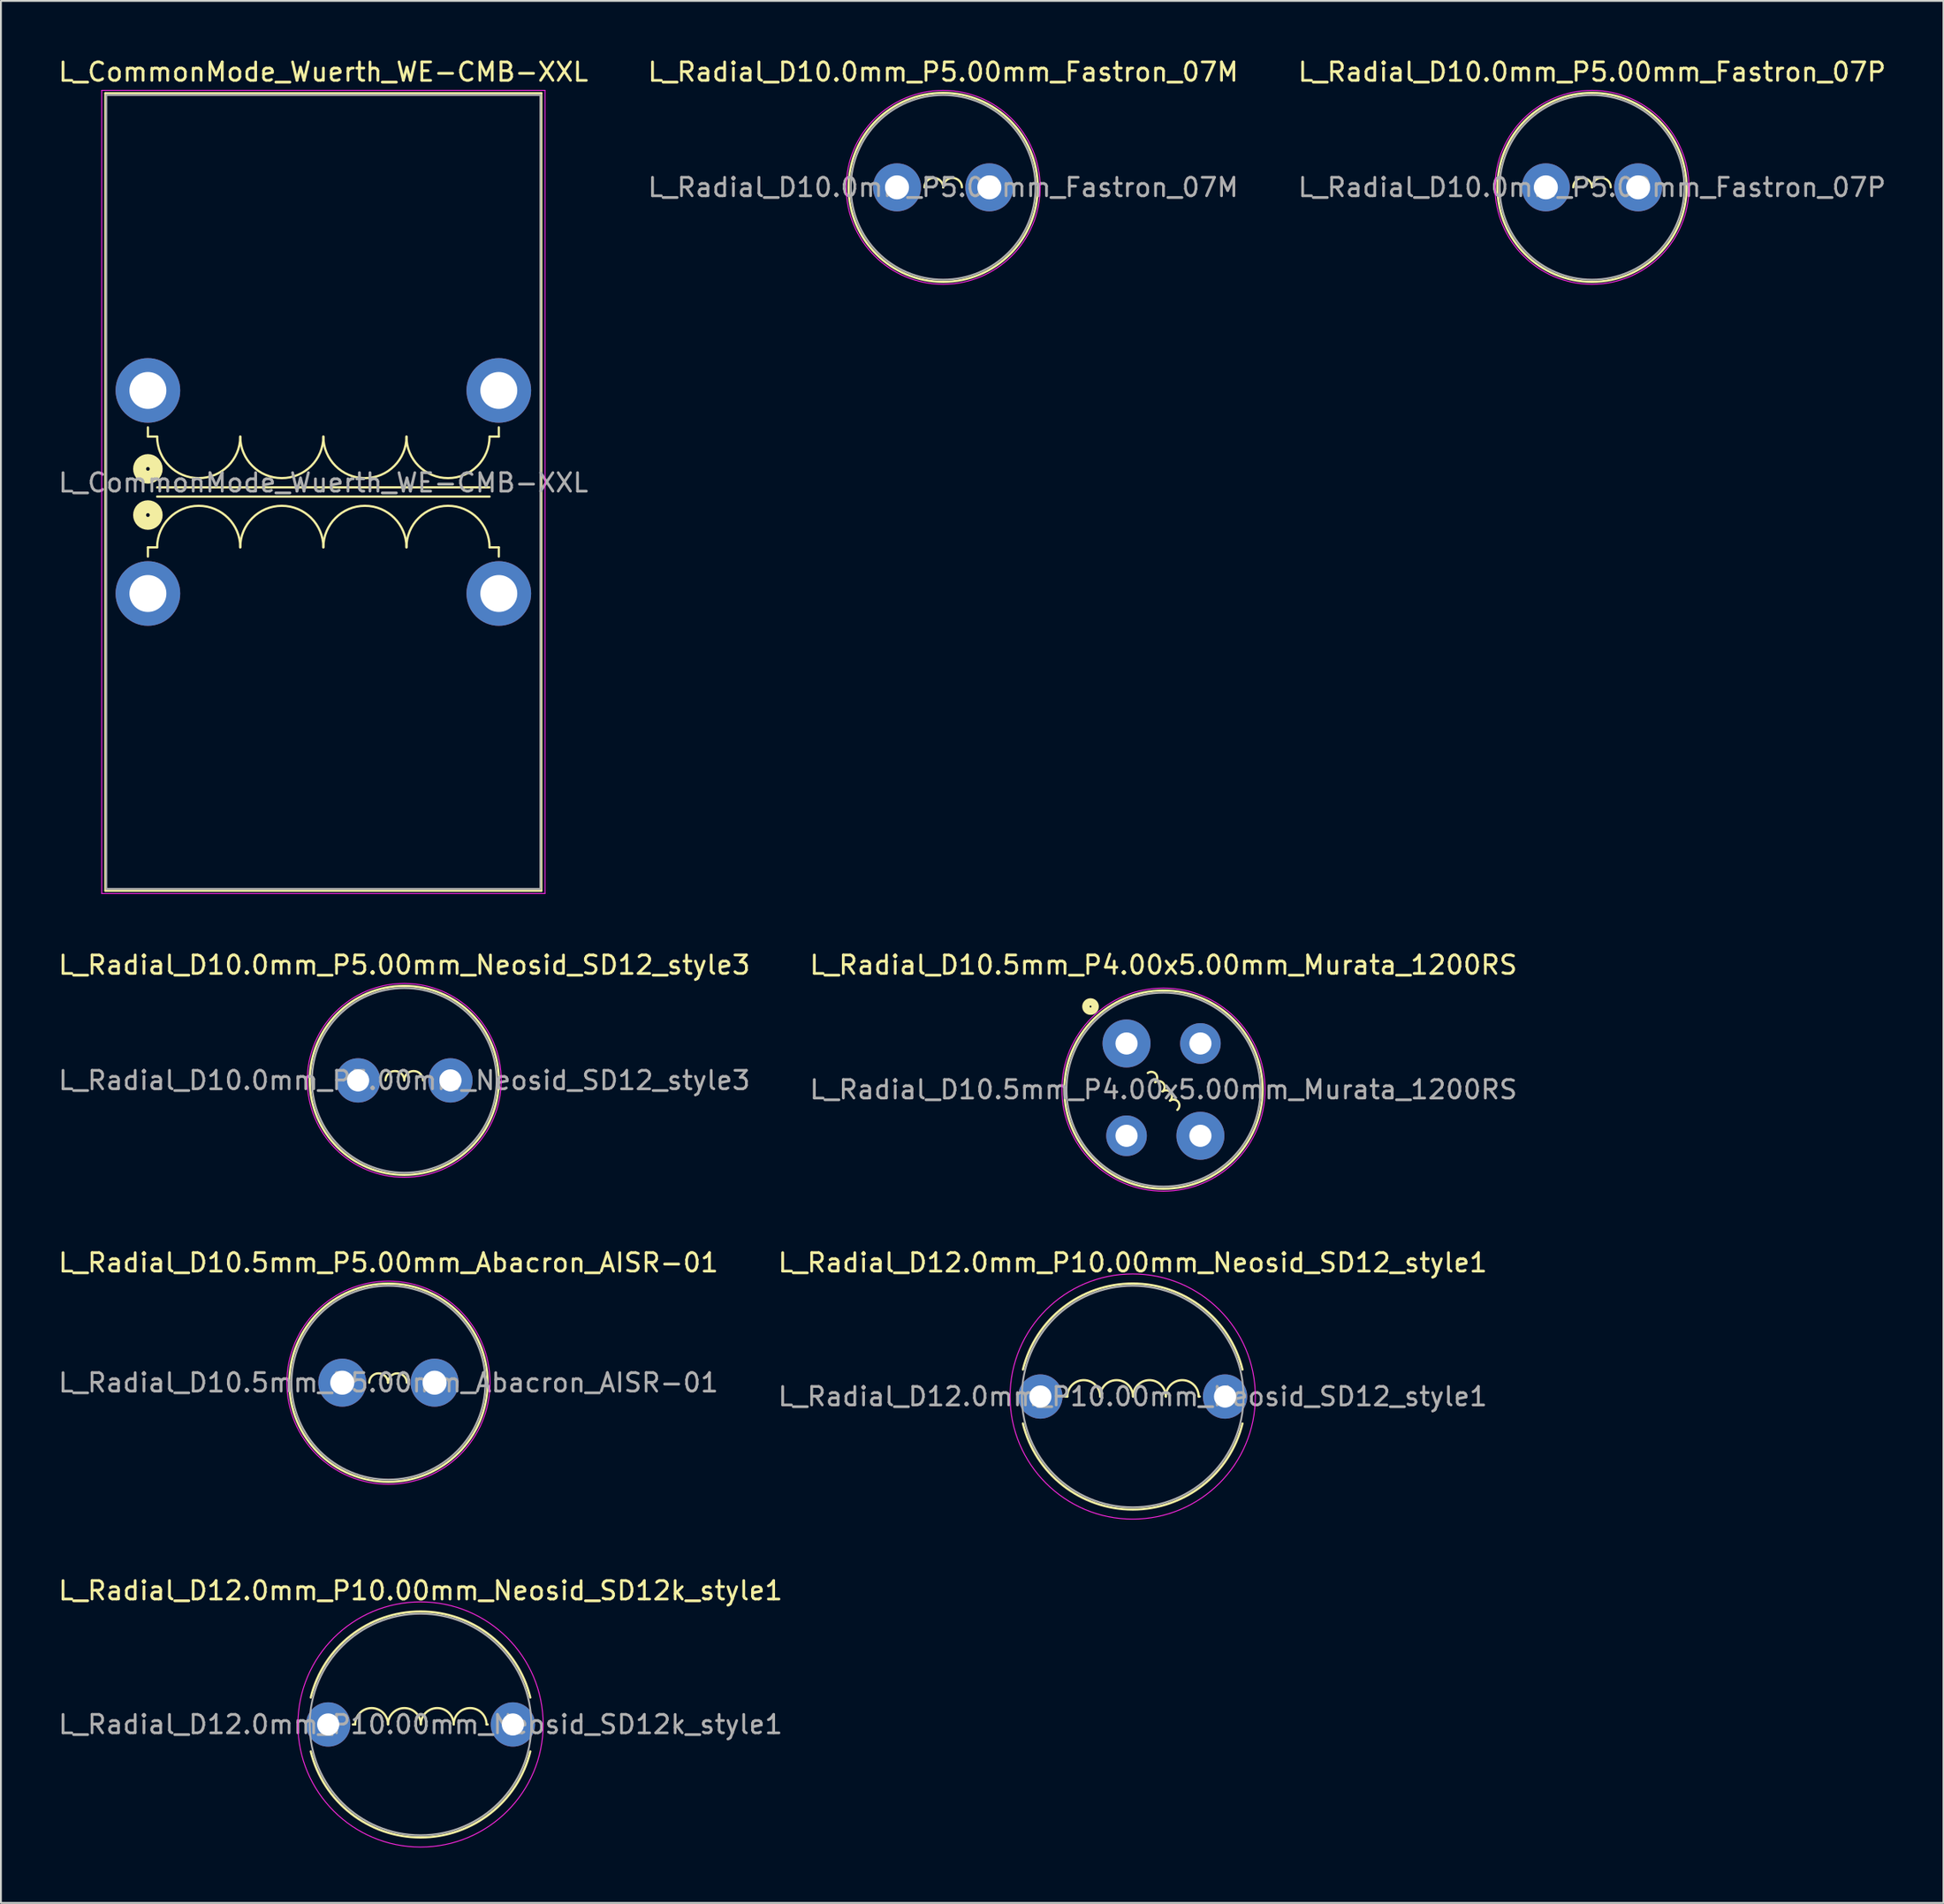
<source format=kicad_pcb>
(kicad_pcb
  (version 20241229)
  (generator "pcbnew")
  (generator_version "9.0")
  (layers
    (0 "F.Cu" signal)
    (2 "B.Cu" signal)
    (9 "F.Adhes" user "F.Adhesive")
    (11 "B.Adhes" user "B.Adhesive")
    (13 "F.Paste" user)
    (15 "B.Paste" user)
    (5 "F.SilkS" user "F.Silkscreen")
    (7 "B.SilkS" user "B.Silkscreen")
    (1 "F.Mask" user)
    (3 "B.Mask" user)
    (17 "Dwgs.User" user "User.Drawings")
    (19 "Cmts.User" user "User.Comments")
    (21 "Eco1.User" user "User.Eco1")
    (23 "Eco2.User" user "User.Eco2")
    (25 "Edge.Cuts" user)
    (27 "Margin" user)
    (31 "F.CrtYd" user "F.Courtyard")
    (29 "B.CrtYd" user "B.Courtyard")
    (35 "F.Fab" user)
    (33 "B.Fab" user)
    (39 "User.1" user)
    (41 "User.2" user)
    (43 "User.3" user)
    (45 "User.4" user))
  (footprint "L_Radial_D10.5mm_P4.00x5.00mm_Murata_1200RS"
    (layer "F.Cu")
    (at 57.946 53.471)
    (property "Reference" "L_Radial_D10.5mm_P4.00x5.00mm_Murata_1200RS" (at 2 -4.25 0) (layer "F.SilkS") (effects (font (size 1 1) (thickness 0.15))))
    (attr through_hole)
    (fp_arc (start 1.150001 1.600001) (mid 1.592308 1.656155) (end 1.55 2.1) (stroke (width 0.12) (type solid)) (layer "F.SilkS"))
    (fp_arc (start 1.550001 2.100001) (mid 1.992308 2.156155) (end 1.95 2.6) (stroke (width 0.12) (type solid)) (layer "F.SilkS"))
    (fp_arc (start 1.95 2.6) (mid 2.392307 2.656154) (end 2.349999 3.099999) (stroke (width 0.12) (type solid)) (layer "F.SilkS"))
    (fp_arc (start 2.349999 3.099999) (mid 2.792306 3.156153) (end 2.749998 3.599998) (stroke (width 0.12) (type solid)) (layer "F.SilkS"))
    (fp_circle (center -1.95 -2) (end -1.9 -2) (stroke (width 0.4) (type solid)) (fill no) (layer "F.SilkS"))
    (fp_circle (center 2 2.5) (end 7.37 2.5) (stroke (width 0.12) (type solid)) (fill no) (layer "F.SilkS"))
    (fp_circle (center 2 2.5) (end 7.5 2.5) (stroke (width 0.05) (type solid)) (fill no) (layer "F.CrtYd"))
    (fp_circle (center 2 2.5) (end 7.25 2.5) (stroke (width 0.1) (type solid)) (fill no) (layer "F.Fab"))
    (fp_text user "${REFERENCE}" (at 2 2.5 0) (layer "F.Fab") (effects (font (size 1 1) (thickness 0.15))))
    (pad "" thru_hole circle (at 0 5) (size 2.2 2.2) (drill 1.2) (layers "*.Cu" "*.Mask"))
    (pad "" thru_hole circle (at 4 0) (size 2.2 2.2) (drill 1.2) (layers "*.Cu" "*.Mask"))
    (pad "1" thru_hole circle (at 0 0) (size 2.6 2.6) (drill 1.2) (layers "*.Cu" "*.Mask"))
    (pad "2" thru_hole circle (at 4 5) (size 2.6 2.6) (drill 1.2) (layers "*.Cu" "*.Mask")))
  (footprint "L_Radial_D12.0mm_P10.00mm_Neosid_SD12_style1"
    (layer "F.Cu")
    (at 53.28 72.595)
    (property "Reference" "L_Radial_D12.0mm_P10.00mm_Neosid_SD12_style1" (at 5 -7.25 0) (layer "F.SilkS") (effects (font (size 1 1) (thickness 0.15))))
    (attr through_hole)
    (fp_line (start 1.46 0) (end 1.333 0) (stroke (width 0.12) (type solid)) (layer "F.SilkS"))
    (fp_line (start 8.572 0) (end 8.636 0) (stroke (width 0.12) (type solid)) (layer "F.SilkS"))
    (fp_arc (start -0.943299 -1.46) (mid 5 -6.12) (end 10.943299 -1.46) (stroke (width 0.12) (type solid)) (layer "F.SilkS"))
    (fp_arc (start 1.4605 0) (mid 2.3495 -0.889) (end 3.2385 0) (stroke (width 0.12) (type solid)) (layer "F.SilkS"))
    (fp_arc (start 3.2385 0) (mid 4.1275 -0.889) (end 5.0165 0) (stroke (width 0.12) (type solid)) (layer "F.SilkS"))
    (fp_arc (start 5.0165 0) (mid 5.9055 -0.889) (end 6.7945 0) (stroke (width 0.12) (type solid)) (layer "F.SilkS"))
    (fp_arc (start 6.7945 0) (mid 7.6835 -0.889) (end 8.5725 0) (stroke (width 0.12) (type solid)) (layer "F.SilkS"))
    (fp_arc (start 10.943299 1.46) (mid 5 6.12) (end -0.943299 1.46) (stroke (width 0.12) (type solid)) (layer "F.SilkS"))
    (fp_circle (center 5 0) (end 11.64 0) (stroke (width 0.05) (type solid)) (fill no) (layer "F.CrtYd"))
    (fp_circle (center 5 0) (end 11 0) (stroke (width 0.1) (type solid)) (fill no) (layer "F.Fab"))
    (fp_text user "${REFERENCE}" (at 5 0 0) (layer "F.Fab") (effects (font (size 1 1) (thickness 0.15))))
    (pad "1" thru_hole circle (at 0 0) (size 2.4 2.4) (drill 1.2) (layers "*.Cu" "*.Mask"))
    (pad "2" thru_hole circle (at 10 0) (size 2.4 2.4) (drill 1.2) (layers "*.Cu" "*.Mask")))
  (footprint "L_Radial_D10.0mm_P5.00mm_Neosid_SD12_style3"
    (layer "F.Cu")
    (at 16.339 55.471)
    (property "Reference" "L_Radial_D10.0mm_P5.00mm_Neosid_SD12_style3" (at 2.5 -6.25 0) (layer "F.SilkS") (effects (font (size 1 1) (thickness 0.15))))
    (attr through_hole)
    (fp_arc (start 1.484 0) (mid 1.992 -0.508) (end 2.5 0) (stroke (width 0.12) (type solid)) (layer "F.SilkS"))
    (fp_arc (start 2.5 0) (mid 3.008 -0.508) (end 3.516 0) (stroke (width 0.12) (type solid)) (layer "F.SilkS"))
    (fp_circle (center 2.5 0) (end 7.62 0) (stroke (width 0.12) (type solid)) (fill no) (layer "F.SilkS"))
    (fp_circle (center 2.5 0) (end 7.75 0) (stroke (width 0.05) (type solid)) (fill no) (layer "F.CrtYd"))
    (fp_circle (center 2.5 0) (end 7.5 0) (stroke (width 0.1) (type solid)) (fill no) (layer "F.Fab"))
    (fp_text user "${REFERENCE}" (at 2.5 0 0) (layer "F.Fab") (effects (font (size 1 1) (thickness 0.15))))
    (pad "1" thru_hole circle (at 0 0) (size 2.4 2.4) (drill 1.2) (layers "*.Cu" "*.Mask"))
    (pad "2" thru_hole circle (at 5 0) (size 2.4 2.4) (drill 1.2) (layers "*.Cu" "*.Mask")))
  (footprint "L_Radial_D10.0mm_P5.00mm_Fastron_07P"
    (layer "F.Cu")
    (at 80.649 7.098)
    (property "Reference" "L_Radial_D10.0mm_P5.00mm_Fastron_07P" (at 2.5 -6.25 0) (layer "F.SilkS") (effects (font (size 1 1) (thickness 0.15))))
    (attr through_hole)
    (fp_arc (start 1.484 0) (mid 1.992 -0.508) (end 2.5 0) (stroke (width 0.12) (type solid)) (layer "F.SilkS"))
    (fp_arc (start 2.5 0) (mid 3.008 -0.508) (end 3.516 0) (stroke (width 0.12) (type solid)) (layer "F.SilkS"))
    (fp_circle (center 2.5 0) (end 7.62 0) (stroke (width 0.12) (type solid)) (fill no) (layer "F.SilkS"))
    (fp_circle (center 2.5 0) (end 7.75 0) (stroke (width 0.05) (type solid)) (fill no) (layer "F.CrtYd"))
    (fp_circle (center 2.5 0) (end 7.5 0) (stroke (width 0.1) (type solid)) (fill no) (layer "F.Fab"))
    (fp_text user "${REFERENCE}" (at 2.5 0 0) (layer "F.Fab") (effects (font (size 1 1) (thickness 0.15))))
    (pad "1" thru_hole circle (at 0 0) (size 2.6 2.6) (drill 1.3) (layers "*.Cu" "*.Mask"))
    (pad "2" thru_hole circle (at 5 0) (size 2.6 2.6) (drill 1.3) (layers "*.Cu" "*.Mask")))
  (footprint "L_Radial_D10.5mm_P5.00mm_Abacron_AISR-01"
    (layer "F.Cu")
    (at 15.482 71.845)
    (property "Reference" "L_Radial_D10.5mm_P5.00mm_Abacron_AISR-01" (at 2.5 -6.5 0) (layer "F.SilkS") (effects (font (size 1 1) (thickness 0.15))))
    (attr through_hole)
    (fp_arc (start 1.4605 0) (mid 1.9685 -0.508) (end 2.4765 0) (stroke (width 0.12) (type solid)) (layer "F.SilkS"))
    (fp_arc (start 2.4765 0) (mid 2.9845 -0.508) (end 3.4925 0) (stroke (width 0.12) (type solid)) (layer "F.SilkS"))
    (fp_circle (center 2.5 0) (end 7.87 0) (stroke (width 0.12) (type solid)) (fill no) (layer "F.SilkS"))
    (fp_circle (center 2.5 0) (end 8 0) (stroke (width 0.05) (type solid)) (fill no) (layer "F.CrtYd"))
    (fp_circle (center 2.5 0) (end 7.75 0) (stroke (width 0.1) (type solid)) (fill no) (layer "F.Fab"))
    (fp_text user "${REFERENCE}" (at 2.5 0 0) (layer "F.Fab") (effects (font (size 1 1) (thickness 0.15))))
    (pad "1" thru_hole circle (at 0 0) (size 2.6 2.6) (drill 1.3) (layers "*.Cu" "*.Mask"))
    (pad "2" thru_hole circle (at 5 0) (size 2.6 2.6) (drill 1.3) (layers "*.Cu" "*.Mask")))
  (footprint "L_Radial_D12.0mm_P10.00mm_Neosid_SD12k_style1"
    (layer "F.Cu")
    (at 14.72 90.358)
    (property "Reference" "L_Radial_D12.0mm_P10.00mm_Neosid_SD12k_style1" (at 5 -7.25 0) (layer "F.SilkS") (effects (font (size 1 1) (thickness 0.15))))
    (attr through_hole)
    (fp_line (start 1.46 0) (end 1.333 0) (stroke (width 0.12) (type solid)) (layer "F.SilkS"))
    (fp_line (start 8.572 0) (end 8.636 0) (stroke (width 0.12) (type solid)) (layer "F.SilkS"))
    (fp_arc (start -0.943299 -1.46) (mid 5 -6.12) (end 10.943299 -1.46) (stroke (width 0.12) (type solid)) (layer "F.SilkS"))
    (fp_arc (start 1.4605 0) (mid 2.3495 -0.889) (end 3.2385 0) (stroke (width 0.12) (type solid)) (layer "F.SilkS"))
    (fp_arc (start 3.2385 0) (mid 4.1275 -0.889) (end 5.0165 0) (stroke (width 0.12) (type solid)) (layer "F.SilkS"))
    (fp_arc (start 5.0165 0) (mid 5.9055 -0.889) (end 6.7945 0) (stroke (width 0.12) (type solid)) (layer "F.SilkS"))
    (fp_arc (start 6.7945 0) (mid 7.6835 -0.889) (end 8.5725 0) (stroke (width 0.12) (type solid)) (layer "F.SilkS"))
    (fp_arc (start 10.943299 1.46) (mid 5 6.12) (end -0.943299 1.46) (stroke (width 0.12) (type solid)) (layer "F.SilkS"))
    (fp_circle (center 5 0) (end 11.64 0) (stroke (width 0.05) (type solid)) (fill no) (layer "F.CrtYd"))
    (fp_circle (center 5 0) (end 11 0) (stroke (width 0.1) (type solid)) (fill no) (layer "F.Fab"))
    (fp_text user "${REFERENCE}" (at 5 0 0) (layer "F.Fab") (effects (font (size 1 1) (thickness 0.15))))
    (pad "1" thru_hole circle (at 0 0) (size 2.4 2.4) (drill 1.2) (layers "*.Cu" "*.Mask"))
    (pad "2" thru_hole circle (at 10 0) (size 2.4 2.4) (drill 1.2) (layers "*.Cu" "*.Mask")))
  (footprint "L_CommonMode_Wuerth_WE-CMB-XXL"
    (layer "F.Cu")
    (at 4.958 18.098)
    (property "Reference" "L_CommonMode_Wuerth_WE-CMB-XXL" (at 9.5 -17.25 0) (layer "F.SilkS") (effects (font (size 1 1) (thickness 0.15))))
    (attr through_hole)
    (fp_line (start -2.3 -16.1) (end 21.3 -16.1) (stroke (width 0.12) (type solid)) (layer "F.SilkS"))
    (fp_line (start -2.3 27.1) (end -2.3 -16.1) (stroke (width 0.12) (type solid)) (layer "F.SilkS"))
    (fp_line (start 0 2.5) (end 0 2) (stroke (width 0.12) (type solid)) (layer "F.SilkS"))
    (fp_line (start 0 8.5) (end 0 9) (stroke (width 0.12) (type solid)) (layer "F.SilkS"))
    (fp_line (start 0.5 2.5) (end 0 2.5) (stroke (width 0.12) (type solid)) (layer "F.SilkS"))
    (fp_line (start 0.5 5.75) (end 18.5 5.75) (stroke (width 0.12) (type solid)) (layer "F.SilkS"))
    (fp_line (start 0.5 8.5) (end 0 8.5) (stroke (width 0.12) (type solid)) (layer "F.SilkS"))
    (fp_line (start 18.5 2.5) (end 19 2.5) (stroke (width 0.12) (type solid)) (layer "F.SilkS"))
    (fp_line (start 18.5 5.25) (end 0.5 5.25) (stroke (width 0.12) (type solid)) (layer "F.SilkS"))
    (fp_line (start 18.5 8.5) (end 19 8.5) (stroke (width 0.12) (type solid)) (layer "F.SilkS"))
    (fp_line (start 19 2.5) (end 19 2) (stroke (width 0.12) (type solid)) (layer "F.SilkS"))
    (fp_line (start 19 8.5) (end 19 9) (stroke (width 0.12) (type solid)) (layer "F.SilkS"))
    (fp_line (start 21.3 -16.1) (end 21.3 27.1) (stroke (width 0.12) (type solid)) (layer "F.SilkS"))
    (fp_line (start 21.3 27.1) (end -2.3 27.1) (stroke (width 0.12) (type solid)) (layer "F.SilkS"))
    (fp_arc (start 0.5 8.5) (mid 2.75 6.25) (end 5 8.5) (stroke (width 0.12) (type solid)) (layer "F.SilkS"))
    (fp_arc (start 5 2.5) (mid 2.75 4.75) (end 0.5 2.5) (stroke (width 0.12) (type solid)) (layer "F.SilkS"))
    (fp_arc (start 5 8.5) (mid 7.25 6.25) (end 9.5 8.5) (stroke (width 0.12) (type solid)) (layer "F.SilkS"))
    (fp_arc (start 9.5 2.5) (mid 7.25 4.75) (end 5 2.5) (stroke (width 0.12) (type solid)) (layer "F.SilkS"))
    (fp_arc (start 9.5 8.5) (mid 11.75 6.25) (end 14 8.5) (stroke (width 0.12) (type solid)) (layer "F.SilkS"))
    (fp_arc (start 14 2.5) (mid 11.75 4.75) (end 9.5 2.5) (stroke (width 0.12) (type solid)) (layer "F.SilkS"))
    (fp_arc (start 14 8.5) (mid 16.25 6.25) (end 18.5 8.5) (stroke (width 0.12) (type solid)) (layer "F.SilkS"))
    (fp_arc (start 18.5 2.5) (mid 16.25 4.75) (end 14 2.5) (stroke (width 0.12) (type solid)) (layer "F.SilkS"))
    (fp_circle (center 0 4.25) (end 0.1 4.25) (stroke (width 0.7) (type solid)) (fill no) (layer "F.SilkS"))
    (fp_circle (center 0 6.75) (end 0.1 6.75) (stroke (width 0.7) (type solid)) (fill no) (layer "F.SilkS"))
    (fp_line (start -2.5 -16.25) (end 21.5 -16.25) (stroke (width 0.05) (type solid)) (layer "F.CrtYd"))
    (fp_line (start -2.5 27.25) (end -2.5 -16.25) (stroke (width 0.05) (type solid)) (layer "F.CrtYd"))
    (fp_line (start 21.5 -16.25) (end 21.5 27.25) (stroke (width 0.05) (type solid)) (layer "F.CrtYd"))
    (fp_line (start 21.5 27.25) (end -2.5 27.25) (stroke (width 0.05) (type solid)) (layer "F.CrtYd"))
    (fp_line (start -2.25 -16) (end -2.25 27) (stroke (width 0.1) (type solid)) (layer "F.Fab"))
    (fp_line (start -2.25 27) (end 21.25 27) (stroke (width 0.1) (type solid)) (layer "F.Fab"))
    (fp_line (start 21.25 -16) (end -2.25 -16) (stroke (width 0.1) (type solid)) (layer "F.Fab"))
    (fp_line (start 21.25 27) (end 21.25 -16) (stroke (width 0.1) (type solid)) (layer "F.Fab"))
    (fp_text user "${REFERENCE}" (at 9.5 5 0) (layer "F.Fab") (effects (font (size 1 1) (thickness 0.15))))
    (pad "1" thru_hole circle (at 0 0) (size 3.5 3.5) (drill 2) (layers "*.Cu" "*.Mask"))
    (pad "6" thru_hole circle (at 0 11) (size 3.5 3.5) (drill 2) (layers "*.Cu" "*.Mask"))
    (pad "7" thru_hole circle (at 19 11) (size 3.5 3.5) (drill 2) (layers "*.Cu" "*.Mask"))
    (pad "12" thru_hole circle (at 19 0) (size 3.5 3.5) (drill 2) (layers "*.Cu" "*.Mask")))
  (footprint "L_Radial_D10.0mm_P5.00mm_Fastron_07M"
    (layer "F.Cu")
    (at 45.518 7.098)
    (property "Reference" "L_Radial_D10.0mm_P5.00mm_Fastron_07M" (at 2.5 -6.25 0) (layer "F.SilkS") (effects (font (size 1 1) (thickness 0.15))))
    (attr through_hole)
    (fp_arc (start 1.484 0) (mid 1.992 -0.508) (end 2.5 0) (stroke (width 0.12) (type solid)) (layer "F.SilkS"))
    (fp_arc (start 2.5 0) (mid 3.008 -0.508) (end 3.516 0) (stroke (width 0.12) (type solid)) (layer "F.SilkS"))
    (fp_circle (center 2.5 0) (end 7.62 0) (stroke (width 0.12) (type solid)) (fill no) (layer "F.SilkS"))
    (fp_circle (center 2.5 0) (end 7.75 0) (stroke (width 0.05) (type solid)) (fill no) (layer "F.CrtYd"))
    (fp_circle (center 2.5 0) (end 7.5 0) (stroke (width 0.1) (type solid)) (fill no) (layer "F.Fab"))
    (fp_text user "${REFERENCE}" (at 2.5 0 0) (layer "F.Fab") (effects (font (size 1 1) (thickness 0.15))))
    (pad "1" thru_hole circle (at 0 0) (size 2.6 2.6) (drill 1.3) (layers "*.Cu" "*.Mask"))
    (pad "2" thru_hole circle (at 5 0) (size 2.6 2.6) (drill 1.3) (layers "*.Cu" "*.Mask")))
  (gr_rect
    (start -3 -3)
    (end 102.179 100.023)
    (stroke (width 0.1) (type default))
    (fill no)
    (layer "Edge.Cuts")))
</source>
